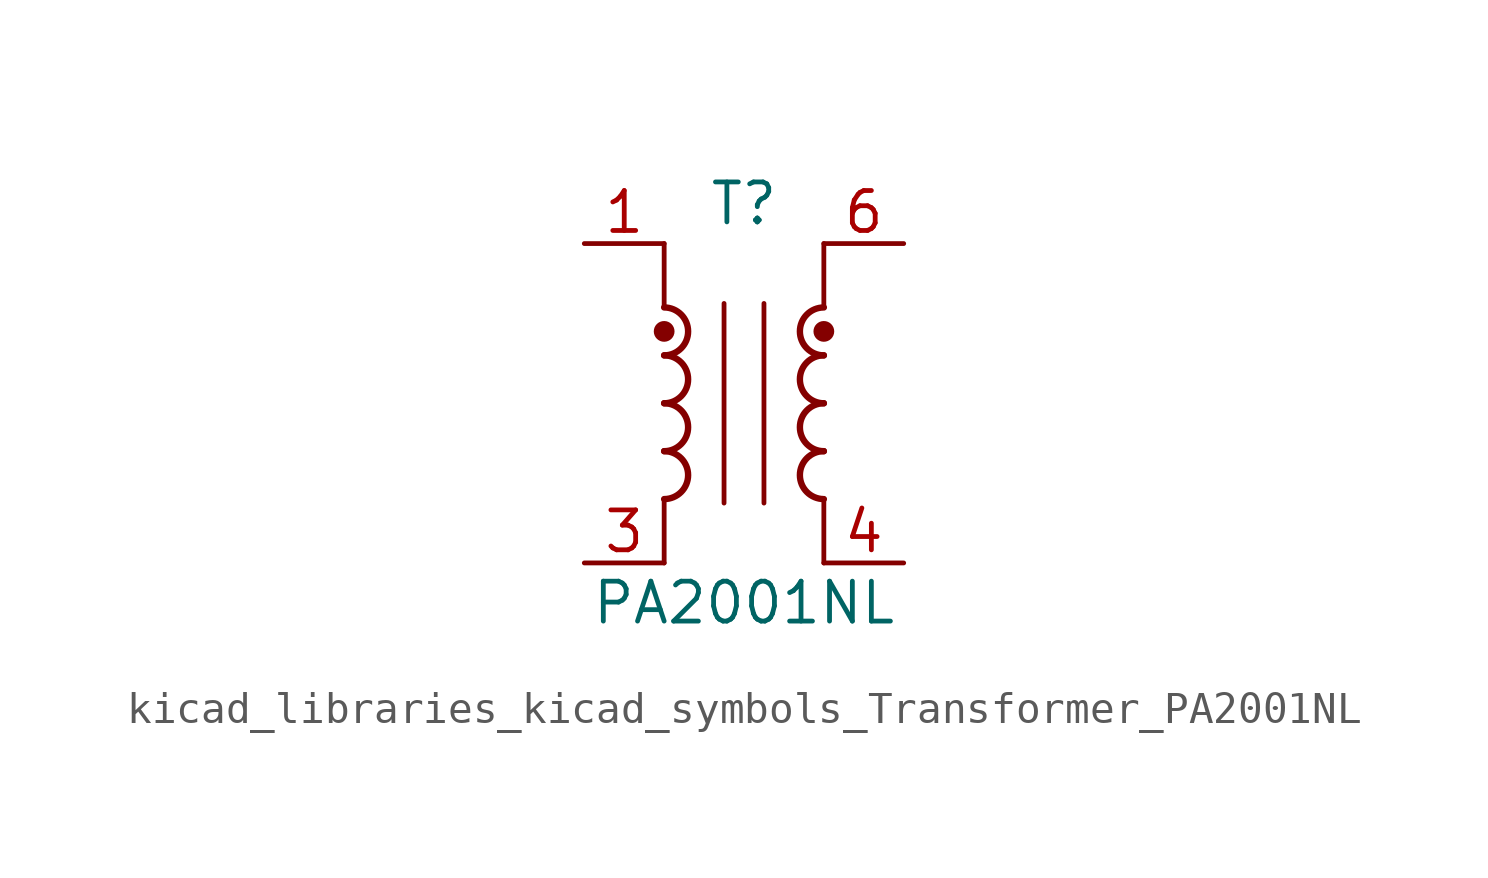
<source format=kicad_sym>
(kicad_symbol_lib
  (version 20220914)
  (generator kicad_symbol_editor)
  (symbol "kicad_libraries_kicad_symbols_Transformer_PA2001NL"
    (pin_names hide)
    (property "Reference" "T"
      (at 0 6.35 0)
      (effects (font (size 1.27 1.27))))
    (property "Value" "PA2001NL"
      (at 0 -6.35 0)
      (effects (font (size 1.27 1.27))))
    (symbol "kicad_libraries_kicad_symbols_Transformer_PA2001NL_0_1"
      (arc (start -2.54 -3.048) (mid -1.7813 -2.286) (end -2.54 -1.524) (stroke (width 0.2032) (type default)) (fill (type none)))
      (arc (start -2.54 -1.524) (mid -1.7813 -0.762) (end -2.54 0) (stroke (width 0.2032) (type default)) (fill (type none)))
      (arc (start -2.54 0) (mid -1.7813 0.762) (end -2.54 1.524) (stroke (width 0.2032) (type default)) (fill (type none)))
      (circle (center -2.54 2.286) (radius 0.254) (stroke (width 0) (type default)) (fill (type outline)))
      (polyline (pts (xy -2.54 -3.048) (xy -2.54 -5.08)) (stroke (width 0) (type default)) (fill (type none)))
      (polyline (pts (xy -2.54 5.08) (xy -2.54 3.048)) (stroke (width 0) (type default)) (fill (type none)))
      (polyline (pts (xy -0.635 3.175) (xy -0.635 -3.175)) (stroke (width 0) (type default)) (fill (type none)))
      (polyline (pts (xy 0.635 3.175) (xy 0.635 -3.175)) (stroke (width 0) (type default)) (fill (type none)))
      (polyline (pts (xy 2.54 -3.048) (xy 2.54 -5.08)) (stroke (width 0) (type default)) (fill (type none)))
      (polyline (pts (xy 2.54 5.08) (xy 2.54 3.048)) (stroke (width 0) (type default)) (fill (type none)))
      (arc (start 2.54 -1.524) (mid 1.7813 -2.286) (end 2.54 -3.048) (stroke (width 0.2032) (type default)) (fill (type none)))
      (arc (start 2.54 0) (mid 1.7813 -0.762) (end 2.54 -1.524) (stroke (width 0.2032) (type default)) (fill (type none)))
      (arc (start 2.54 1.524) (mid 1.7813 0.762) (end 2.54 0) (stroke (width 0.2032) (type default)) (fill (type none)))
      (circle (center 2.54 2.286) (radius 0.254) (stroke (width 0) (type default)) (fill (type outline)))
      (arc (start 2.54 3.048) (mid 1.7813 2.286) (end 2.54 1.524) (stroke (width 0.2032) (type default)) (fill (type none))))
    (symbol "kicad_libraries_kicad_symbols_Transformer_PA2001NL_1_1"
      (arc (start -2.54 1.524) (mid -1.7813 2.286) (end -2.54 3.048) (stroke (width 0.2032) (type default)) (fill (type none)))
      (pin passive line (at -5.08 5.08 0) (length 2.54) (name "~" (effects (font (size 1.27 1.27)))) (number "1" (effects (font (size 1.27 1.27)))))
      (pin passive line (at -5.08 -5.08 0) (length 2.54) (name "~" (effects (font (size 1.27 1.27)))) (number "3" (effects (font (size 1.27 1.27)))))
      (pin passive line (at 5.08 -5.08 180) (length 2.54) (name "~" (effects (font (size 1.27 1.27)))) (number "4" (effects (font (size 1.27 1.27)))))
      (pin passive line (at 5.08 5.08 180) (length 2.54) (name "~" (effects (font (size 1.27 1.27)))) (number "6" (effects (font (size 1.27 1.27))))))))
</source>
